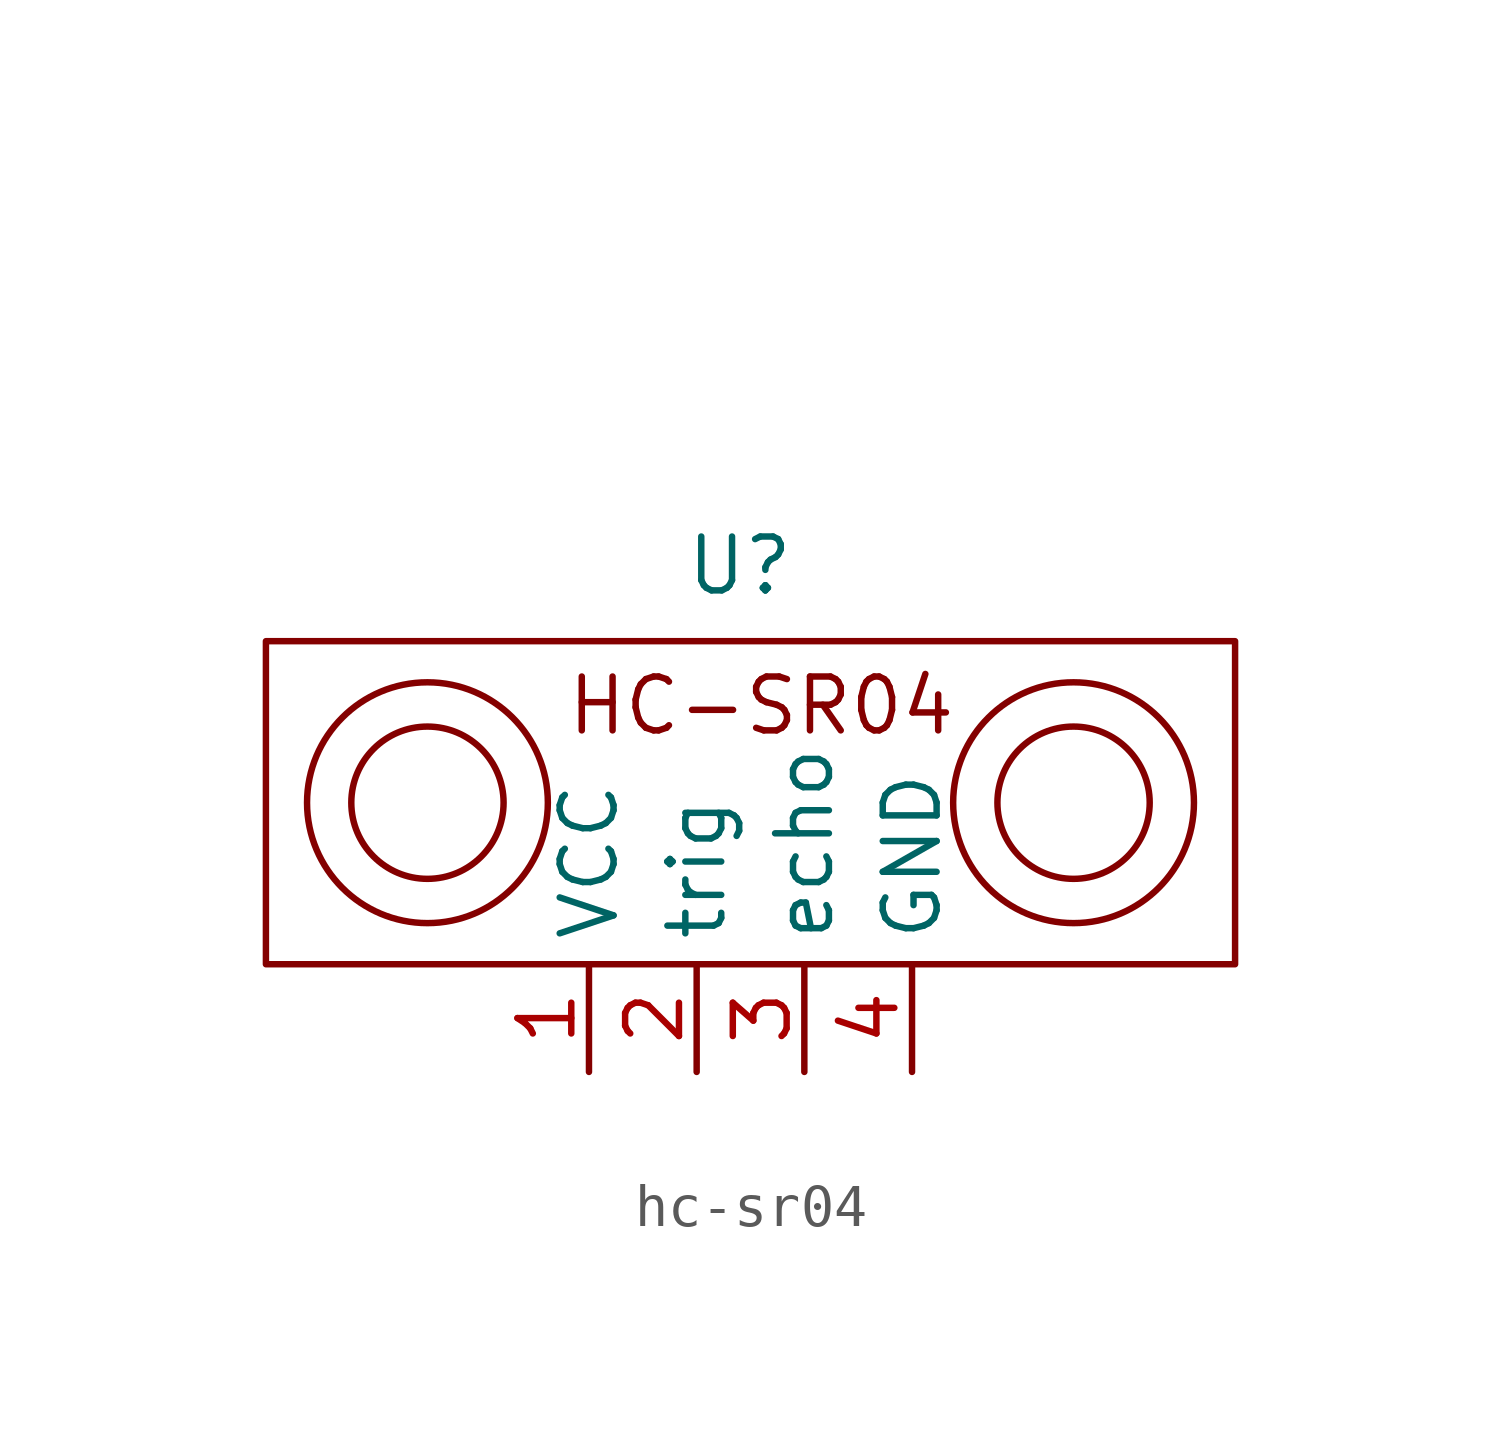
<source format=kicad_sym>
(kicad_symbol_lib
  (version 20231120)
  (generator "kicad_symbol_editor")
  (generator_version "8.0")
  (symbol "hc-sr04"
    (property "Reference" "U"
      (at -0.254 6.858 0)
      (effects (font (size 1.27 1.27))))
    (property "Value" ""
      (at -2.54 13.97 0)
      (effects (font (size 1.27 1.27))))
    (symbol "hc-sr04_0_1"
      (rectangle (start -11.43 5.08) (end 11.43 -2.54) (stroke (width 0) (type default)) (fill (type none)))
      (circle (center -7.62 1.27) (radius 1.796) (stroke (width 0) (type default)) (fill (type none)))
      (circle (center -7.62 1.27) (radius 2.84) (stroke (width 0) (type default)) (fill (type none)))
      (circle (center 7.62 1.27) (radius 1.796) (stroke (width 0) (type default)) (fill (type none)))
      (circle (center 7.62 1.27) (radius 2.84) (stroke (width 0) (type default)) (fill (type none))))
    (symbol "hc-sr04_1_1"
      (text "HC-SR04\n" (at 0.254 3.556 0) (effects (font (size 1.27 1.27))))
      (pin power_in line (at -3.81 -5.08 90) (length 2.54) (name "VCC" (effects (font (size 1.27 1.27)))) (number "1" (effects (font (size 1.27 1.27)))))
      (pin bidirectional line (at -1.27 -5.08 90) (length 2.54) (name "trig" (effects (font (size 1.27 1.27)))) (number "2" (effects (font (size 1.27 1.27)))))
      (pin bidirectional line (at 1.27 -5.08 90) (length 2.54) (name "echo" (effects (font (size 1.27 1.27)))) (number "3" (effects (font (size 1.27 1.27)))))
      (pin power_out line (at 3.81 -5.08 90) (length 2.54) (name "GND" (effects (font (size 1.27 1.27)))) (number "4" (effects (font (size 1.27 1.27))))))))
</source>
